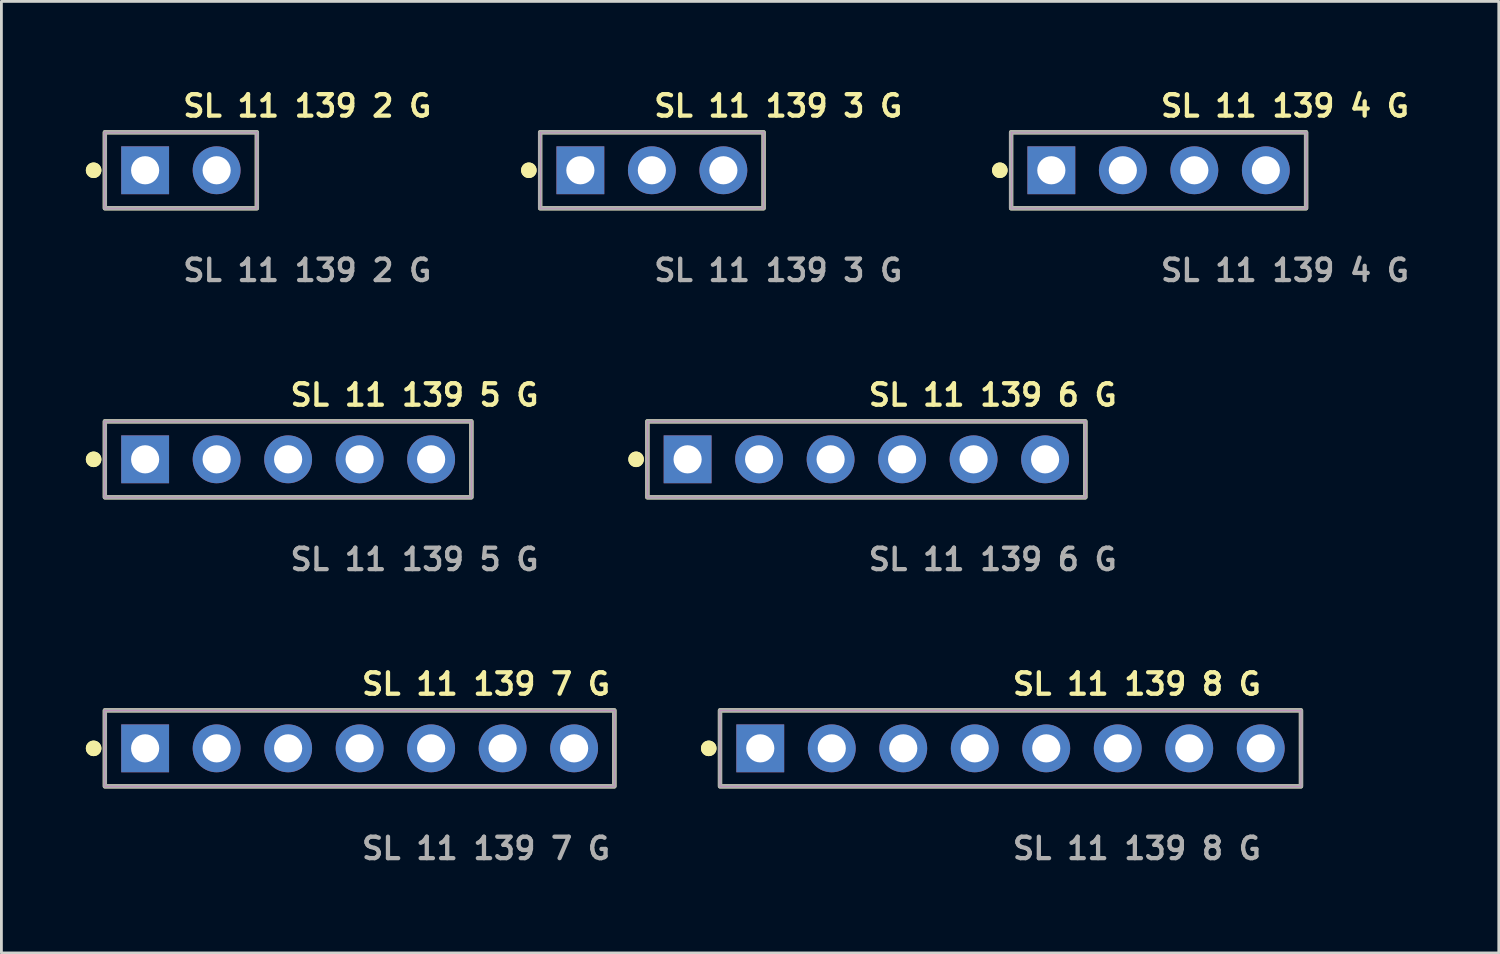
<source format=kicad_pcb>
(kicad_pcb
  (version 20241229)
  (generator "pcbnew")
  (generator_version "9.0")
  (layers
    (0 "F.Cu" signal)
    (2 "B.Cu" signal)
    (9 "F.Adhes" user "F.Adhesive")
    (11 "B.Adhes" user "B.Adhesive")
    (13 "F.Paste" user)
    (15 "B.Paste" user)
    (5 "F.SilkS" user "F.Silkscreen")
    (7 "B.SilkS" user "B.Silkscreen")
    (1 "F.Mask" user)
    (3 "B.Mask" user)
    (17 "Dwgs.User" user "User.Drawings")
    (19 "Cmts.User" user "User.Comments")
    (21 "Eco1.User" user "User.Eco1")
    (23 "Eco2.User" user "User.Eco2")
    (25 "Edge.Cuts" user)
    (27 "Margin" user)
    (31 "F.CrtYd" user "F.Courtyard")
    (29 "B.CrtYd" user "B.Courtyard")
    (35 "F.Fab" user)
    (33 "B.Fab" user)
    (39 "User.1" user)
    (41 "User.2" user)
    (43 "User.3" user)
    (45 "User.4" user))
  (footprint "SL 11 139 4 G"
    (layer "F.Cu")
    (at 38.11 2.999)
    (property "Reference" "SL 11 139 4 G" (at 0 -2.286 0) (unlocked yes) (layer "F.SilkS") (effects (font (size 0.762 0.762) (thickness 0.152)) (justify left)))
    (fp_rect (start -5.24 1.35) (end 5.24 -1.35) (stroke (width 0.152) (type solid)) (fill no) (layer "F.SilkS"))
    (fp_circle (center -5.64 0) (end -5.84 0) (stroke (width 0.152) (type solid)) (fill yes) (layer "F.SilkS"))
    (fp_circle (center -5.64 0) (end -5.84 0) (stroke (width 0.152) (type solid)) (fill yes) (layer "F.SilkS"))
    (fp_rect (start -5.24 1.35) (end 5.24 -1.35) (stroke (width 0.006) (type solid)) (fill no) (layer "F.CrtYd"))
    (fp_rect (start -5.24 1.35) (end 5.24 -1.35) (stroke (width 0.152) (type solid)) (fill no) (layer "F.Fab"))
    (fp_text user "${REFERENCE}" (at 0 3.556 0) (unlocked yes) (layer "F.Fab") (effects (font (size 0.762 0.762) (thickness 0.152)) (justify left)))
    (pad "1" thru_hole rect (at -3.81 0) (size 1.7 1.7) (drill 1) (layers "*.Cu" "*.Mask"))
    (pad "2" thru_hole circle (at -1.27 0) (size 1.7 1.7) (drill 1) (layers "*.Cu" "*.Mask"))
    (pad "3" thru_hole circle (at 1.27 0) (size 1.7 1.7) (drill 1) (layers "*.Cu" "*.Mask"))
    (pad "4" thru_hole circle (at 3.81 0) (size 1.7 1.7) (drill 1) (layers "*.Cu" "*.Mask")))
  (footprint "SL 11 139 6 G"
    (layer "F.Cu")
    (at 27.728 13.268)
    (property "Reference" "SL 11 139 6 G" (at 0 -2.286 0) (unlocked yes) (layer "F.SilkS") (effects (font (size 0.762 0.762) (thickness 0.152)) (justify left)))
    (fp_rect (start -7.78 1.35) (end 7.78 -1.35) (stroke (width 0.152) (type solid)) (fill no) (layer "F.SilkS"))
    (fp_circle (center -8.18 0) (end -8.38 0) (stroke (width 0.152) (type solid)) (fill yes) (layer "F.SilkS"))
    (fp_circle (center -8.18 0) (end -8.38 0) (stroke (width 0.152) (type solid)) (fill yes) (layer "F.SilkS"))
    (fp_rect (start -7.78 1.35) (end 7.78 -1.35) (stroke (width 0.006) (type solid)) (fill no) (layer "F.CrtYd"))
    (fp_rect (start -7.78 1.35) (end 7.78 -1.35) (stroke (width 0.152) (type solid)) (fill no) (layer "F.Fab"))
    (fp_text user "${REFERENCE}" (at 0 3.556 0) (unlocked yes) (layer "F.Fab") (effects (font (size 0.762 0.762) (thickness 0.152)) (justify left)))
    (pad "1" thru_hole rect (at -6.35 0) (size 1.7 1.7) (drill 1) (layers "*.Cu" "*.Mask"))
    (pad "2" thru_hole circle (at -3.81 0) (size 1.7 1.7) (drill 1) (layers "*.Cu" "*.Mask"))
    (pad "3" thru_hole circle (at -1.27 0) (size 1.7 1.7) (drill 1) (layers "*.Cu" "*.Mask"))
    (pad "4" thru_hole circle (at 1.27 0) (size 1.7 1.7) (drill 1) (layers "*.Cu" "*.Mask"))
    (pad "5" thru_hole circle (at 3.81 0) (size 1.7 1.7) (drill 1) (layers "*.Cu" "*.Mask"))
    (pad "6" thru_hole circle (at 6.35 0) (size 1.7 1.7) (drill 1) (layers "*.Cu" "*.Mask")))
  (footprint "SL 11 139 2 G"
    (layer "F.Cu")
    (at 3.376 2.999)
    (property "Reference" "SL 11 139 2 G" (at 0 -2.286 0) (unlocked yes) (layer "F.SilkS") (effects (font (size 0.762 0.762) (thickness 0.152)) (justify left)))
    (fp_rect (start -2.7 1.35) (end 2.7 -1.35) (stroke (width 0.152) (type solid)) (fill no) (layer "F.SilkS"))
    (fp_circle (center -3.1 0) (end -3.3 0) (stroke (width 0.152) (type solid)) (fill yes) (layer "F.SilkS"))
    (fp_circle (center -3.1 0) (end -3.3 0) (stroke (width 0.152) (type solid)) (fill yes) (layer "F.SilkS"))
    (fp_rect (start -2.7 1.35) (end 2.7 -1.35) (stroke (width 0.006) (type solid)) (fill no) (layer "F.CrtYd"))
    (fp_rect (start -2.7 1.35) (end 2.7 -1.35) (stroke (width 0.152) (type solid)) (fill no) (layer "F.Fab"))
    (fp_text user "${REFERENCE}" (at 0 3.556 0) (unlocked yes) (layer "F.Fab") (effects (font (size 0.762 0.762) (thickness 0.152)) (justify left)))
    (pad "1" thru_hole rect (at -1.27 0) (size 1.7 1.7) (drill 1) (layers "*.Cu" "*.Mask"))
    (pad "2" thru_hole circle (at 1.27 0) (size 1.7 1.7) (drill 1) (layers "*.Cu" "*.Mask")))
  (footprint "SL 11 139 5 G"
    (layer "F.Cu")
    (at 7.186 13.268)
    (property "Reference" "SL 11 139 5 G" (at 0 -2.286 0) (unlocked yes) (layer "F.SilkS") (effects (font (size 0.762 0.762) (thickness 0.152)) (justify left)))
    (fp_rect (start -6.51 1.35) (end 6.51 -1.35) (stroke (width 0.152) (type solid)) (fill no) (layer "F.SilkS"))
    (fp_circle (center -6.91 0) (end -7.11 0) (stroke (width 0.152) (type solid)) (fill yes) (layer "F.SilkS"))
    (fp_circle (center -6.91 0) (end -7.11 0) (stroke (width 0.152) (type solid)) (fill yes) (layer "F.SilkS"))
    (fp_rect (start -6.51 1.35) (end 6.51 -1.35) (stroke (width 0.006) (type solid)) (fill no) (layer "F.CrtYd"))
    (fp_rect (start -6.51 1.35) (end 6.51 -1.35) (stroke (width 0.152) (type solid)) (fill no) (layer "F.Fab"))
    (fp_text user "${REFERENCE}" (at 0 3.556 0) (unlocked yes) (layer "F.Fab") (effects (font (size 0.762 0.762) (thickness 0.152)) (justify left)))
    (pad "1" thru_hole rect (at -5.08 0) (size 1.7 1.7) (drill 1) (layers "*.Cu" "*.Mask"))
    (pad "2" thru_hole circle (at -2.54 0) (size 1.7 1.7) (drill 1) (layers "*.Cu" "*.Mask"))
    (pad "3" thru_hole circle (at 0 0) (size 1.7 1.7) (drill 1) (layers "*.Cu" "*.Mask"))
    (pad "4" thru_hole circle (at 2.54 0) (size 1.7 1.7) (drill 1) (layers "*.Cu" "*.Mask"))
    (pad "5" thru_hole circle (at 5.08 0) (size 1.7 1.7) (drill 1) (layers "*.Cu" "*.Mask")))
  (footprint "SL 11 139 7 G"
    (layer "F.Cu")
    (at 9.726 23.536)
    (property "Reference" "SL 11 139 7 G" (at 0 -2.286 0) (unlocked yes) (layer "F.SilkS") (effects (font (size 0.762 0.762) (thickness 0.152)) (justify left)))
    (fp_rect (start -9.05 1.35) (end 9.05 -1.35) (stroke (width 0.152) (type solid)) (fill no) (layer "F.SilkS"))
    (fp_circle (center -9.45 0) (end -9.65 0) (stroke (width 0.152) (type solid)) (fill yes) (layer "F.SilkS"))
    (fp_circle (center -9.45 0) (end -9.65 0) (stroke (width 0.152) (type solid)) (fill yes) (layer "F.SilkS"))
    (fp_rect (start -9.05 1.35) (end 9.05 -1.35) (stroke (width 0.006) (type solid)) (fill no) (layer "F.CrtYd"))
    (fp_rect (start -9.05 1.35) (end 9.05 -1.35) (stroke (width 0.152) (type solid)) (fill no) (layer "F.Fab"))
    (fp_text user "${REFERENCE}" (at 0 3.556 0) (unlocked yes) (layer "F.Fab") (effects (font (size 0.762 0.762) (thickness 0.152)) (justify left)))
    (pad "1" thru_hole rect (at -7.62 0) (size 1.7 1.7) (drill 1) (layers "*.Cu" "*.Mask"))
    (pad "2" thru_hole circle (at -5.08 0) (size 1.7 1.7) (drill 1) (layers "*.Cu" "*.Mask"))
    (pad "3" thru_hole circle (at -2.54 0) (size 1.7 1.7) (drill 1) (layers "*.Cu" "*.Mask"))
    (pad "4" thru_hole circle (at 0 0) (size 1.7 1.7) (drill 1) (layers "*.Cu" "*.Mask"))
    (pad "5" thru_hole circle (at 2.54 0) (size 1.7 1.7) (drill 1) (layers "*.Cu" "*.Mask"))
    (pad "6" thru_hole circle (at 5.08 0) (size 1.7 1.7) (drill 1) (layers "*.Cu" "*.Mask"))
    (pad "7" thru_hole circle (at 7.62 0) (size 1.7 1.7) (drill 1) (layers "*.Cu" "*.Mask")))
  (footprint "SL 11 139 8 G"
    (layer "F.Cu")
    (at 32.849 23.536)
    (property "Reference" "SL 11 139 8 G" (at 0 -2.286 0) (unlocked yes) (layer "F.SilkS") (effects (font (size 0.762 0.762) (thickness 0.152)) (justify left)))
    (fp_rect (start -10.32 1.35) (end 10.32 -1.35) (stroke (width 0.152) (type solid)) (fill no) (layer "F.SilkS"))
    (fp_circle (center -10.72 0) (end -10.92 0) (stroke (width 0.152) (type solid)) (fill yes) (layer "F.SilkS"))
    (fp_circle (center -10.72 0) (end -10.92 0) (stroke (width 0.152) (type solid)) (fill yes) (layer "F.SilkS"))
    (fp_rect (start -10.32 1.35) (end 10.32 -1.35) (stroke (width 0.006) (type solid)) (fill no) (layer "F.CrtYd"))
    (fp_rect (start -10.32 1.35) (end 10.32 -1.35) (stroke (width 0.152) (type solid)) (fill no) (layer "F.Fab"))
    (fp_text user "${REFERENCE}" (at 0 3.556 0) (unlocked yes) (layer "F.Fab") (effects (font (size 0.762 0.762) (thickness 0.152)) (justify left)))
    (pad "1" thru_hole rect (at -8.89 0) (size 1.7 1.7) (drill 1) (layers "*.Cu" "*.Mask"))
    (pad "2" thru_hole circle (at -6.35 0) (size 1.7 1.7) (drill 1) (layers "*.Cu" "*.Mask"))
    (pad "3" thru_hole circle (at -3.81 0) (size 1.7 1.7) (drill 1) (layers "*.Cu" "*.Mask"))
    (pad "4" thru_hole circle (at -1.27 0) (size 1.7 1.7) (drill 1) (layers "*.Cu" "*.Mask"))
    (pad "5" thru_hole circle (at 1.27 0) (size 1.7 1.7) (drill 1) (layers "*.Cu" "*.Mask"))
    (pad "6" thru_hole circle (at 3.81 0) (size 1.7 1.7) (drill 1) (layers "*.Cu" "*.Mask"))
    (pad "7" thru_hole circle (at 6.35 0) (size 1.7 1.7) (drill 1) (layers "*.Cu" "*.Mask"))
    (pad "8" thru_hole circle (at 8.89 0) (size 1.7 1.7) (drill 1) (layers "*.Cu" "*.Mask")))
  (footprint "SL 11 139 3 G"
    (layer "F.Cu")
    (at 20.108 2.999)
    (property "Reference" "SL 11 139 3 G" (at 0 -2.286 0) (unlocked yes) (layer "F.SilkS") (effects (font (size 0.762 0.762) (thickness 0.152)) (justify left)))
    (fp_rect (start -3.97 1.35) (end 3.97 -1.35) (stroke (width 0.152) (type solid)) (fill no) (layer "F.SilkS"))
    (fp_circle (center -4.37 0) (end -4.57 0) (stroke (width 0.152) (type solid)) (fill yes) (layer "F.SilkS"))
    (fp_circle (center -4.37 0) (end -4.57 0) (stroke (width 0.152) (type solid)) (fill yes) (layer "F.SilkS"))
    (fp_rect (start -3.97 1.35) (end 3.97 -1.35) (stroke (width 0.006) (type solid)) (fill no) (layer "F.CrtYd"))
    (fp_rect (start -3.97 1.35) (end 3.97 -1.35) (stroke (width 0.152) (type solid)) (fill no) (layer "F.Fab"))
    (fp_text user "${REFERENCE}" (at 0 3.556 0) (unlocked yes) (layer "F.Fab") (effects (font (size 0.762 0.762) (thickness 0.152)) (justify left)))
    (pad "1" thru_hole rect (at -2.54 0) (size 1.7 1.7) (drill 1) (layers "*.Cu" "*.Mask"))
    (pad "2" thru_hole circle (at 0 0) (size 1.7 1.7) (drill 1) (layers "*.Cu" "*.Mask"))
    (pad "3" thru_hole circle (at 2.54 0) (size 1.7 1.7) (drill 1) (layers "*.Cu" "*.Mask")))
  (gr_rect
    (start -3 -3)
    (end 50.196 30.805)
    (stroke (width 0.1) (type default))
    (fill no)
    (layer "Edge.Cuts")))
</source>
